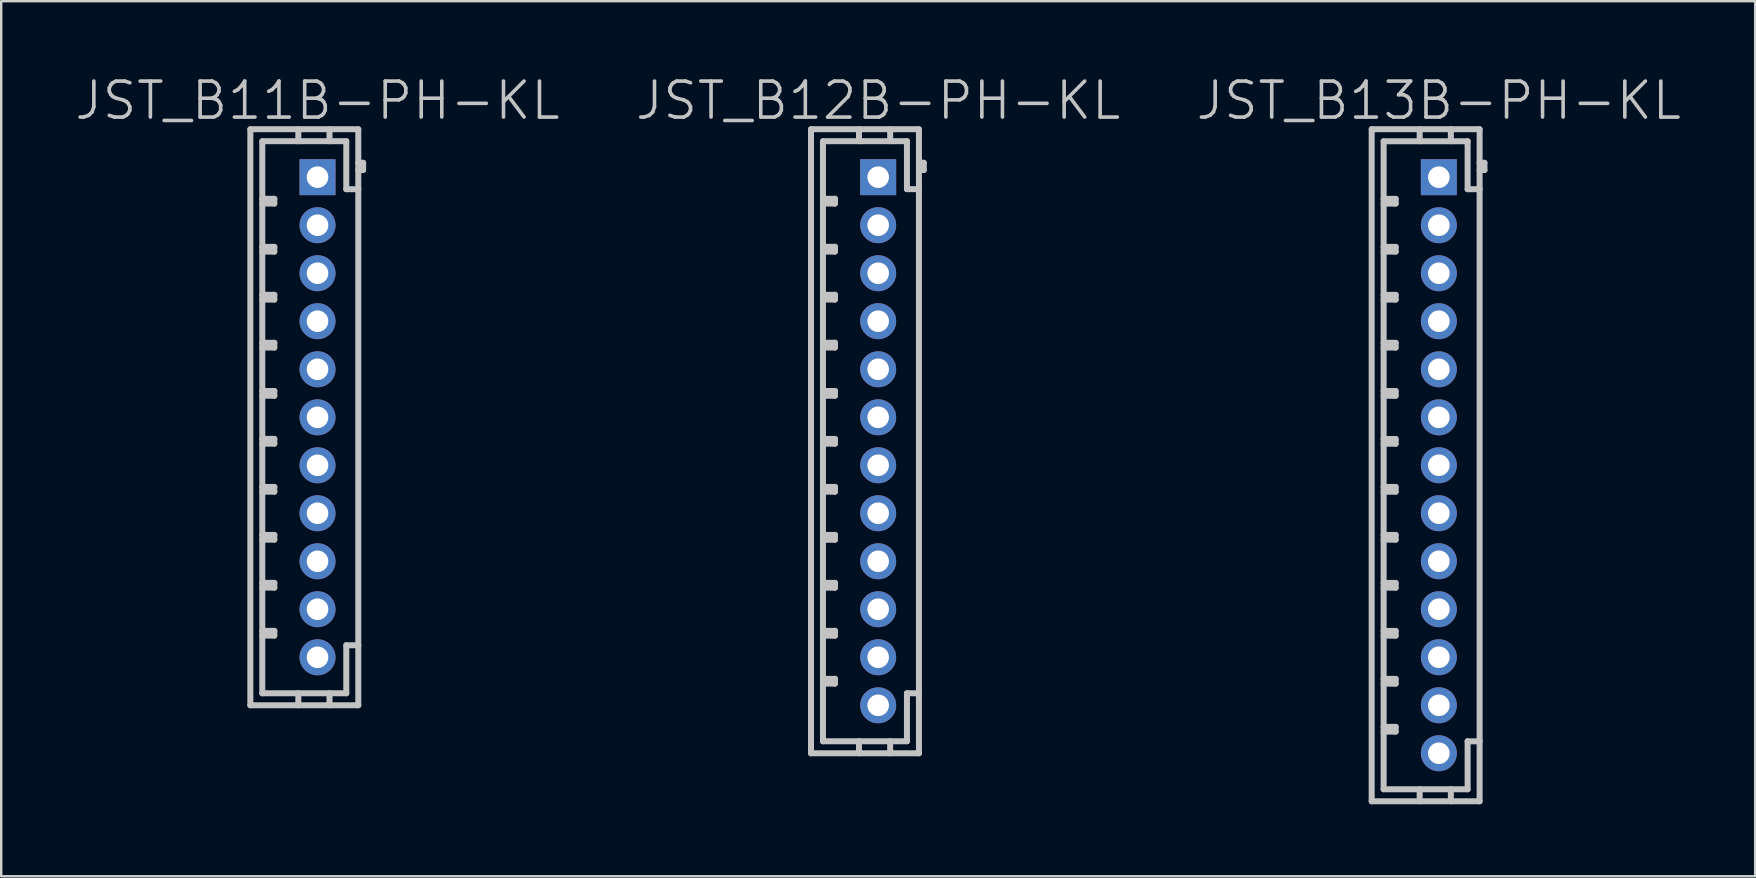
<source format=kicad_pcb>
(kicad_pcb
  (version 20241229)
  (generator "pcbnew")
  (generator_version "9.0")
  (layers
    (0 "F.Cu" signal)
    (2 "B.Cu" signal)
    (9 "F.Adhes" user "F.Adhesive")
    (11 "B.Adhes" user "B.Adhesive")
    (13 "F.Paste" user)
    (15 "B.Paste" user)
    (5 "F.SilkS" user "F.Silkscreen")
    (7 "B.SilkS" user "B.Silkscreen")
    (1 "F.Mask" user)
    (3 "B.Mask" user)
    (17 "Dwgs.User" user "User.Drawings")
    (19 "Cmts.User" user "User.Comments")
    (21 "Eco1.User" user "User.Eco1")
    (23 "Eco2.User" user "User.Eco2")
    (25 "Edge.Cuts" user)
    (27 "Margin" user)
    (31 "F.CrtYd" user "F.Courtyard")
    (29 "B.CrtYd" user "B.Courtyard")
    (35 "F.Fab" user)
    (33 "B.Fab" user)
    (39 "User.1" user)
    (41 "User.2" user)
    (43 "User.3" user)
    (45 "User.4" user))
  (footprint "JST_B11B-PH-KL"
    (layer "F.Cu")
    (at 10.182 14.341)
    (property "Reference" "JST_B11B-PH-KL" (at 0 -13.2 180) (layer "Dwgs.User") (effects (font (size 1.5 1.5) (thickness 0.15))))
    (attr through_hole)
    (fp_line (start -2.799 11.999) (end -2.799 -11.999) (stroke (width 0.25) (type solid)) (layer "Dwgs.User"))
    (fp_line (start -2.301 -11.501) (end -2.301 11.501) (stroke (width 0.25) (type solid)) (layer "Dwgs.User"))
    (fp_line (start -2.301 -9.106) (end -1.801 -9.106) (stroke (width 0.25) (type solid)) (layer "Dwgs.User"))
    (fp_line (start -2.301 -7.104) (end -1.801 -7.104) (stroke (width 0.25) (type solid)) (layer "Dwgs.User"))
    (fp_line (start -2.301 -5.105) (end -1.801 -5.105) (stroke (width 0.25) (type solid)) (layer "Dwgs.User"))
    (fp_line (start -2.301 -3.106) (end -1.801 -3.106) (stroke (width 0.25) (type solid)) (layer "Dwgs.User"))
    (fp_line (start -2.301 -1.097) (end -1.801 -1.097) (stroke (width 0.25) (type solid)) (layer "Dwgs.User"))
    (fp_line (start -2.301 0.899) (end -1.801 0.899) (stroke (width 0.25) (type solid)) (layer "Dwgs.User"))
    (fp_line (start -2.301 2.901) (end -1.801 2.901) (stroke (width 0.25) (type solid)) (layer "Dwgs.User"))
    (fp_line (start -2.301 4.9) (end -1.801 4.9) (stroke (width 0.25) (type solid)) (layer "Dwgs.User"))
    (fp_line (start -2.301 6.899) (end -1.801 6.899) (stroke (width 0.25) (type solid)) (layer "Dwgs.User"))
    (fp_line (start -2.301 8.898) (end -1.801 8.898) (stroke (width 0.25) (type solid)) (layer "Dwgs.User"))
    (fp_line (start -2.301 11.499) (end 1.199 11.499) (stroke (width 0.25) (type solid)) (layer "Dwgs.User"))
    (fp_line (start -1.801 -9.106) (end -1.801 -8.908) (stroke (width 0.25) (type solid)) (layer "Dwgs.User"))
    (fp_line (start -1.801 -8.908) (end -2.301 -8.908) (stroke (width 0.25) (type solid)) (layer "Dwgs.User"))
    (fp_line (start -1.801 -7.104) (end -1.801 -6.906) (stroke (width 0.25) (type solid)) (layer "Dwgs.User"))
    (fp_line (start -1.801 -6.906) (end -2.301 -6.906) (stroke (width 0.25) (type solid)) (layer "Dwgs.User"))
    (fp_line (start -1.801 -5.105) (end -1.801 -4.907) (stroke (width 0.25) (type solid)) (layer "Dwgs.User"))
    (fp_line (start -1.801 -4.907) (end -2.301 -4.907) (stroke (width 0.25) (type solid)) (layer "Dwgs.User"))
    (fp_line (start -1.801 -3.106) (end -1.801 -2.908) (stroke (width 0.25) (type solid)) (layer "Dwgs.User"))
    (fp_line (start -1.801 -2.908) (end -2.301 -2.908) (stroke (width 0.25) (type solid)) (layer "Dwgs.User"))
    (fp_line (start -1.801 -1.097) (end -1.801 -0.899) (stroke (width 0.25) (type solid)) (layer "Dwgs.User"))
    (fp_line (start -1.801 -0.899) (end -2.301 -0.899) (stroke (width 0.25) (type solid)) (layer "Dwgs.User"))
    (fp_line (start -1.801 0.899) (end -1.801 1.097) (stroke (width 0.25) (type solid)) (layer "Dwgs.User"))
    (fp_line (start -1.801 1.097) (end -2.301 1.097) (stroke (width 0.25) (type solid)) (layer "Dwgs.User"))
    (fp_line (start -1.801 2.901) (end -1.801 3.099) (stroke (width 0.25) (type solid)) (layer "Dwgs.User"))
    (fp_line (start -1.801 3.099) (end -2.301 3.099) (stroke (width 0.25) (type solid)) (layer "Dwgs.User"))
    (fp_line (start -1.801 4.9) (end -1.801 5.098) (stroke (width 0.25) (type solid)) (layer "Dwgs.User"))
    (fp_line (start -1.801 5.098) (end -2.301 5.098) (stroke (width 0.25) (type solid)) (layer "Dwgs.User"))
    (fp_line (start -1.801 6.899) (end -1.801 7.097) (stroke (width 0.25) (type solid)) (layer "Dwgs.User"))
    (fp_line (start -1.801 7.097) (end -2.301 7.097) (stroke (width 0.25) (type solid)) (layer "Dwgs.User"))
    (fp_line (start -1.801 8.898) (end -1.801 9.096) (stroke (width 0.25) (type solid)) (layer "Dwgs.User"))
    (fp_line (start -1.801 9.096) (end -2.301 9.096) (stroke (width 0.25) (type solid)) (layer "Dwgs.User"))
    (fp_line (start -0.8 -11.506) (end -0.8 -12.007) (stroke (width 0.25) (type solid)) (layer "Dwgs.User"))
    (fp_line (start -0.8 11.499) (end -0.8 11.999) (stroke (width 0.25) (type solid)) (layer "Dwgs.User"))
    (fp_line (start 0.5 -11.506) (end 0.5 -12.007) (stroke (width 0.25) (type solid)) (layer "Dwgs.User"))
    (fp_line (start 0.5 11.999) (end 0.5 11.499) (stroke (width 0.25) (type solid)) (layer "Dwgs.User"))
    (fp_line (start 1.199 -11.506) (end -2.301 -11.506) (stroke (width 0.25) (type solid)) (layer "Dwgs.User"))
    (fp_line (start 1.199 -9.507) (end 1.199 -11.506) (stroke (width 0.25) (type solid)) (layer "Dwgs.User"))
    (fp_line (start 1.199 9.5) (end 1.699 9.5) (stroke (width 0.25) (type solid)) (layer "Dwgs.User"))
    (fp_line (start 1.199 11.499) (end 1.199 9.5) (stroke (width 0.25) (type solid)) (layer "Dwgs.User"))
    (fp_line (start 1.699 -12.007) (end -2.799 -12.007) (stroke (width 0.25) (type solid)) (layer "Dwgs.User"))
    (fp_line (start 1.699 -10.307) (end 1.9 -10.307) (stroke (width 0.25) (type solid)) (layer "Dwgs.User"))
    (fp_line (start 1.699 -9.507) (end 1.199 -9.507) (stroke (width 0.25) (type solid)) (layer "Dwgs.User"))
    (fp_line (start 1.699 11.999) (end -2.799 11.999) (stroke (width 0.25) (type solid)) (layer "Dwgs.User"))
    (fp_line (start 1.699 11.999) (end 1.699 -11.999) (stroke (width 0.25) (type solid)) (layer "Dwgs.User"))
    (fp_line (start 1.9 -10.607) (end 1.699 -10.607) (stroke (width 0.25) (type solid)) (layer "Dwgs.User"))
    (fp_line (start 1.9 -10.307) (end 1.9 -10.607) (stroke (width 0.25) (type solid)) (layer "Dwgs.User"))
    (pad "1" thru_hole rect (at 0 -10.008 270) (size 1.5 1.5) (drill 0.9) (layers "*.Cu" "*.Mask"))
    (pad "2" thru_hole circle (at 0 -8.006 270) (size 1.5 1.5) (drill 0.9) (layers "*.Cu" "*.Mask"))
    (pad "3" thru_hole circle (at 0 -6.005 270) (size 1.5 1.5) (drill 0.9) (layers "*.Cu" "*.Mask"))
    (pad "4" thru_hole circle (at 0 -4.006 270) (size 1.5 1.5) (drill 0.9) (layers "*.Cu" "*.Mask"))
    (pad "5" thru_hole circle (at 0 -2.002 270) (size 1.5 1.5) (drill 0.9) (layers "*.Cu" "*.Mask"))
    (pad "6" thru_hole circle (at 0 0 270) (size 1.5 1.5) (drill 0.9) (layers "*.Cu" "*.Mask"))
    (pad "7" thru_hole circle (at 0 1.999 270) (size 1.5 1.5) (drill 0.9) (layers "*.Cu" "*.Mask"))
    (pad "8" thru_hole circle (at 0 3.998 270) (size 1.5 1.5) (drill 0.9) (layers "*.Cu" "*.Mask"))
    (pad "9" thru_hole circle (at 0 5.999 270) (size 1.5 1.5) (drill 0.9) (layers "*.Cu" "*.Mask"))
    (pad "10" thru_hole circle (at 0 7.998 270) (size 1.5 1.5) (drill 0.9) (layers "*.Cu" "*.Mask"))
    (pad "11" thru_hole circle (at 0 10 270) (size 1.5 1.5) (drill 0.9) (layers "*.Cu" "*.Mask")))
  (footprint "JST_B12B-PH-KL"
    (layer "F.Cu")
    (at 33.546 15.341)
    (property "Reference" "JST_B12B-PH-KL" (at 0 -14.2 180) (layer "Dwgs.User") (effects (font (size 1.5 1.5) (thickness 0.15))))
    (attr through_hole)
    (fp_line (start -2.799 -13) (end -2.799 13) (stroke (width 0.25) (type solid)) (layer "Dwgs.User"))
    (fp_line (start -2.301 -10.107) (end -1.801 -10.107) (stroke (width 0.25) (type solid)) (layer "Dwgs.User"))
    (fp_line (start -2.301 -8.105) (end -1.801 -8.105) (stroke (width 0.25) (type solid)) (layer "Dwgs.User"))
    (fp_line (start -2.301 -6.106) (end -1.801 -6.106) (stroke (width 0.25) (type solid)) (layer "Dwgs.User"))
    (fp_line (start -2.301 -4.107) (end -1.801 -4.107) (stroke (width 0.25) (type solid)) (layer "Dwgs.User"))
    (fp_line (start -2.301 -2.098) (end -1.801 -2.098) (stroke (width 0.25) (type solid)) (layer "Dwgs.User"))
    (fp_line (start -2.301 -0.099) (end -1.801 -0.099) (stroke (width 0.25) (type solid)) (layer "Dwgs.User"))
    (fp_line (start -2.301 1.9) (end -1.801 1.9) (stroke (width 0.25) (type solid)) (layer "Dwgs.User"))
    (fp_line (start -2.301 3.901) (end -1.801 3.901) (stroke (width 0.25) (type solid)) (layer "Dwgs.User"))
    (fp_line (start -2.301 5.9) (end -1.801 5.9) (stroke (width 0.25) (type solid)) (layer "Dwgs.User"))
    (fp_line (start -2.301 7.899) (end -1.801 7.899) (stroke (width 0.25) (type solid)) (layer "Dwgs.User"))
    (fp_line (start -2.301 9.898) (end -1.801 9.898) (stroke (width 0.25) (type solid)) (layer "Dwgs.User"))
    (fp_line (start -2.301 12.499) (end -2.301 -12.499) (stroke (width 0.25) (type solid)) (layer "Dwgs.User"))
    (fp_line (start -2.301 12.499) (end 1.199 12.499) (stroke (width 0.25) (type solid)) (layer "Dwgs.User"))
    (fp_line (start -1.801 -10.107) (end -1.801 -9.909) (stroke (width 0.25) (type solid)) (layer "Dwgs.User"))
    (fp_line (start -1.801 -9.909) (end -2.301 -9.909) (stroke (width 0.25) (type solid)) (layer "Dwgs.User"))
    (fp_line (start -1.801 -8.105) (end -1.801 -7.907) (stroke (width 0.25) (type solid)) (layer "Dwgs.User"))
    (fp_line (start -1.801 -7.907) (end -2.301 -7.907) (stroke (width 0.25) (type solid)) (layer "Dwgs.User"))
    (fp_line (start -1.801 -6.106) (end -1.801 -5.908) (stroke (width 0.25) (type solid)) (layer "Dwgs.User"))
    (fp_line (start -1.801 -5.908) (end -2.301 -5.908) (stroke (width 0.25) (type solid)) (layer "Dwgs.User"))
    (fp_line (start -1.801 -4.107) (end -1.801 -3.909) (stroke (width 0.25) (type solid)) (layer "Dwgs.User"))
    (fp_line (start -1.801 -3.909) (end -2.301 -3.909) (stroke (width 0.25) (type solid)) (layer "Dwgs.User"))
    (fp_line (start -1.801 -2.098) (end -1.801 -1.9) (stroke (width 0.25) (type solid)) (layer "Dwgs.User"))
    (fp_line (start -1.801 -1.9) (end -2.301 -1.9) (stroke (width 0.25) (type solid)) (layer "Dwgs.User"))
    (fp_line (start -1.801 -0.099) (end -1.801 0.099) (stroke (width 0.25) (type solid)) (layer "Dwgs.User"))
    (fp_line (start -1.801 0.099) (end -2.301 0.099) (stroke (width 0.25) (type solid)) (layer "Dwgs.User"))
    (fp_line (start -1.801 1.9) (end -1.801 2.098) (stroke (width 0.25) (type solid)) (layer "Dwgs.User"))
    (fp_line (start -1.801 2.098) (end -2.301 2.098) (stroke (width 0.25) (type solid)) (layer "Dwgs.User"))
    (fp_line (start -1.801 3.901) (end -1.801 4.1) (stroke (width 0.25) (type solid)) (layer "Dwgs.User"))
    (fp_line (start -1.801 4.1) (end -2.301 4.1) (stroke (width 0.25) (type solid)) (layer "Dwgs.User"))
    (fp_line (start -1.801 5.9) (end -1.801 6.099) (stroke (width 0.25) (type solid)) (layer "Dwgs.User"))
    (fp_line (start -1.801 6.099) (end -2.301 6.099) (stroke (width 0.25) (type solid)) (layer "Dwgs.User"))
    (fp_line (start -1.801 7.899) (end -1.801 8.098) (stroke (width 0.25) (type solid)) (layer "Dwgs.User"))
    (fp_line (start -1.801 8.098) (end -2.301 8.098) (stroke (width 0.25) (type solid)) (layer "Dwgs.User"))
    (fp_line (start -1.801 9.898) (end -1.801 10.097) (stroke (width 0.25) (type solid)) (layer "Dwgs.User"))
    (fp_line (start -1.801 10.097) (end -2.301 10.097) (stroke (width 0.25) (type solid)) (layer "Dwgs.User"))
    (fp_line (start -0.8 -12.507) (end -0.8 -13.007) (stroke (width 0.25) (type solid)) (layer "Dwgs.User"))
    (fp_line (start -0.8 12.499) (end -0.8 13) (stroke (width 0.25) (type solid)) (layer "Dwgs.User"))
    (fp_line (start 0.5 -12.507) (end 0.5 -13.007) (stroke (width 0.25) (type solid)) (layer "Dwgs.User"))
    (fp_line (start 0.5 13) (end 0.5 12.499) (stroke (width 0.25) (type solid)) (layer "Dwgs.User"))
    (fp_line (start 1.199 -12.507) (end -2.301 -12.507) (stroke (width 0.25) (type solid)) (layer "Dwgs.User"))
    (fp_line (start 1.199 -10.508) (end 1.199 -12.507) (stroke (width 0.25) (type solid)) (layer "Dwgs.User"))
    (fp_line (start 1.199 10.5) (end 1.699 10.5) (stroke (width 0.25) (type solid)) (layer "Dwgs.User"))
    (fp_line (start 1.199 12.499) (end 1.199 10.5) (stroke (width 0.25) (type solid)) (layer "Dwgs.User"))
    (fp_line (start 1.699 -13.007) (end -2.799 -13.007) (stroke (width 0.25) (type solid)) (layer "Dwgs.User"))
    (fp_line (start 1.699 -13) (end 1.699 13) (stroke (width 0.25) (type solid)) (layer "Dwgs.User"))
    (fp_line (start 1.699 -11.308) (end 1.9 -11.308) (stroke (width 0.25) (type solid)) (layer "Dwgs.User"))
    (fp_line (start 1.699 -10.508) (end 1.199 -10.508) (stroke (width 0.25) (type solid)) (layer "Dwgs.User"))
    (fp_line (start 1.699 13) (end -2.799 13) (stroke (width 0.25) (type solid)) (layer "Dwgs.User"))
    (fp_line (start 1.9 -11.608) (end 1.699 -11.608) (stroke (width 0.25) (type solid)) (layer "Dwgs.User"))
    (fp_line (start 1.9 -11.308) (end 1.9 -11.608) (stroke (width 0.25) (type solid)) (layer "Dwgs.User"))
    (pad "1" thru_hole rect (at 0 -11.008) (size 1.5 1.5) (drill 0.9) (layers "*.Cu" "*.Mask"))
    (pad "2" thru_hole circle (at 0 -9.007 270) (size 1.5 1.5) (drill 0.9) (layers "*.Cu" "*.Mask"))
    (pad "3" thru_hole circle (at 0 -7.005 270) (size 1.5 1.5) (drill 0.9) (layers "*.Cu" "*.Mask"))
    (pad "4" thru_hole circle (at 0 -5.006 270) (size 1.5 1.5) (drill 0.9) (layers "*.Cu" "*.Mask"))
    (pad "5" thru_hole circle (at 0 -3.002 270) (size 1.5 1.5) (drill 0.9) (layers "*.Cu" "*.Mask"))
    (pad "6" thru_hole circle (at 0 -1.001 270) (size 1.5 1.5) (drill 0.9) (layers "*.Cu" "*.Mask"))
    (pad "7" thru_hole circle (at 0 0.998 270) (size 1.5 1.5) (drill 0.9) (layers "*.Cu" "*.Mask"))
    (pad "8" thru_hole circle (at 0 2.997 270) (size 1.5 1.5) (drill 0.9) (layers "*.Cu" "*.Mask"))
    (pad "9" thru_hole circle (at 0 4.999 270) (size 1.5 1.5) (drill 0.9) (layers "*.Cu" "*.Mask"))
    (pad "10" thru_hole circle (at 0 6.998 270) (size 1.5 1.5) (drill 0.9) (layers "*.Cu" "*.Mask"))
    (pad "11" thru_hole circle (at 0 8.999 270) (size 1.5 1.5) (drill 0.9) (layers "*.Cu" "*.Mask"))
    (pad "12" thru_hole circle (at 0 11.001 270) (size 1.5 1.5) (drill 0.9) (layers "*.Cu" "*.Mask")))
  (footprint "JST_B13B-PH-KL"
    (layer "F.Cu")
    (at 56.911 16.341)
    (property "Reference" "JST_B13B-PH-KL" (at 0 -15.2 180) (layer "Dwgs.User") (effects (font (size 1.5 1.5) (thickness 0.15))))
    (attr through_hole)
    (fp_line (start -2.799 14) (end -2.799 -14) (stroke (width 0.25) (type solid)) (layer "Dwgs.User"))
    (fp_line (start -2.301 -13.5) (end -2.301 13.5) (stroke (width 0.25) (type solid)) (layer "Dwgs.User"))
    (fp_line (start -2.301 -11.105) (end -1.801 -11.105) (stroke (width 0.25) (type solid)) (layer "Dwgs.User"))
    (fp_line (start -2.301 -9.103) (end -1.801 -9.103) (stroke (width 0.25) (type solid)) (layer "Dwgs.User"))
    (fp_line (start -2.301 -7.104) (end -1.801 -7.104) (stroke (width 0.25) (type solid)) (layer "Dwgs.User"))
    (fp_line (start -2.301 -5.105) (end -1.801 -5.105) (stroke (width 0.25) (type solid)) (layer "Dwgs.User"))
    (fp_line (start -2.301 -3.096) (end -1.801 -3.096) (stroke (width 0.25) (type solid)) (layer "Dwgs.User"))
    (fp_line (start -2.301 -1.097) (end -1.801 -1.097) (stroke (width 0.25) (type solid)) (layer "Dwgs.User"))
    (fp_line (start -2.301 0.902) (end -1.801 0.902) (stroke (width 0.25) (type solid)) (layer "Dwgs.User"))
    (fp_line (start -2.301 2.901) (end -1.801 2.901) (stroke (width 0.25) (type solid)) (layer "Dwgs.User"))
    (fp_line (start -2.301 4.902) (end -1.801 4.902) (stroke (width 0.25) (type solid)) (layer "Dwgs.User"))
    (fp_line (start -2.301 6.901) (end -1.801 6.901) (stroke (width 0.25) (type solid)) (layer "Dwgs.User"))
    (fp_line (start -2.301 8.9) (end -1.801 8.9) (stroke (width 0.25) (type solid)) (layer "Dwgs.User"))
    (fp_line (start -2.301 10.899) (end -1.801 10.899) (stroke (width 0.25) (type solid)) (layer "Dwgs.User"))
    (fp_line (start -2.301 13.5) (end 1.199 13.5) (stroke (width 0.25) (type solid)) (layer "Dwgs.User"))
    (fp_line (start -1.801 -11.105) (end -1.801 -10.907) (stroke (width 0.25) (type solid)) (layer "Dwgs.User"))
    (fp_line (start -1.801 -10.907) (end -2.301 -10.907) (stroke (width 0.25) (type solid)) (layer "Dwgs.User"))
    (fp_line (start -1.801 -9.103) (end -1.801 -8.905) (stroke (width 0.25) (type solid)) (layer "Dwgs.User"))
    (fp_line (start -1.801 -8.905) (end -2.301 -8.905) (stroke (width 0.25) (type solid)) (layer "Dwgs.User"))
    (fp_line (start -1.801 -7.104) (end -1.801 -6.906) (stroke (width 0.25) (type solid)) (layer "Dwgs.User"))
    (fp_line (start -1.801 -6.906) (end -2.301 -6.906) (stroke (width 0.25) (type solid)) (layer "Dwgs.User"))
    (fp_line (start -1.801 -5.105) (end -1.801 -4.907) (stroke (width 0.25) (type solid)) (layer "Dwgs.User"))
    (fp_line (start -1.801 -4.907) (end -2.301 -4.907) (stroke (width 0.25) (type solid)) (layer "Dwgs.User"))
    (fp_line (start -1.801 -3.096) (end -1.801 -2.898) (stroke (width 0.25) (type solid)) (layer "Dwgs.User"))
    (fp_line (start -1.801 -2.898) (end -2.301 -2.898) (stroke (width 0.25) (type solid)) (layer "Dwgs.User"))
    (fp_line (start -1.801 -1.097) (end -1.801 -0.899) (stroke (width 0.25) (type solid)) (layer "Dwgs.User"))
    (fp_line (start -1.801 -0.899) (end -2.301 -0.899) (stroke (width 0.25) (type solid)) (layer "Dwgs.User"))
    (fp_line (start -1.801 0.902) (end -1.801 1.1) (stroke (width 0.25) (type solid)) (layer "Dwgs.User"))
    (fp_line (start -1.801 1.1) (end -2.301 1.1) (stroke (width 0.25) (type solid)) (layer "Dwgs.User"))
    (fp_line (start -1.801 2.901) (end -1.801 3.099) (stroke (width 0.25) (type solid)) (layer "Dwgs.User"))
    (fp_line (start -1.801 3.099) (end -2.301 3.099) (stroke (width 0.25) (type solid)) (layer "Dwgs.User"))
    (fp_line (start -1.801 4.902) (end -1.801 5.1) (stroke (width 0.25) (type solid)) (layer "Dwgs.User"))
    (fp_line (start -1.801 5.1) (end -2.301 5.1) (stroke (width 0.25) (type solid)) (layer "Dwgs.User"))
    (fp_line (start -1.801 6.901) (end -1.801 7.099) (stroke (width 0.25) (type solid)) (layer "Dwgs.User"))
    (fp_line (start -1.801 7.099) (end -2.301 7.099) (stroke (width 0.25) (type solid)) (layer "Dwgs.User"))
    (fp_line (start -1.801 8.9) (end -1.801 9.098) (stroke (width 0.25) (type solid)) (layer "Dwgs.User"))
    (fp_line (start -1.801 9.098) (end -2.301 9.098) (stroke (width 0.25) (type solid)) (layer "Dwgs.User"))
    (fp_line (start -1.801 10.899) (end -1.801 11.097) (stroke (width 0.25) (type solid)) (layer "Dwgs.User"))
    (fp_line (start -1.801 11.097) (end -2.301 11.097) (stroke (width 0.25) (type solid)) (layer "Dwgs.User"))
    (fp_line (start -0.8 -13.505) (end -0.8 -14.006) (stroke (width 0.25) (type solid)) (layer "Dwgs.User"))
    (fp_line (start -0.8 13.5) (end -0.8 14) (stroke (width 0.25) (type solid)) (layer "Dwgs.User"))
    (fp_line (start 0.5 -13.505) (end 0.5 -14.006) (stroke (width 0.25) (type solid)) (layer "Dwgs.User"))
    (fp_line (start 0.5 14) (end 0.5 13.5) (stroke (width 0.25) (type solid)) (layer "Dwgs.User"))
    (fp_line (start 1.199 -13.505) (end -2.301 -13.505) (stroke (width 0.25) (type solid)) (layer "Dwgs.User"))
    (fp_line (start 1.199 -11.506) (end 1.199 -13.505) (stroke (width 0.25) (type solid)) (layer "Dwgs.User"))
    (fp_line (start 1.199 11.501) (end 1.699 11.501) (stroke (width 0.25) (type solid)) (layer "Dwgs.User"))
    (fp_line (start 1.199 13.5) (end 1.199 11.501) (stroke (width 0.25) (type solid)) (layer "Dwgs.User"))
    (fp_line (start 1.699 -14.006) (end -2.799 -14.006) (stroke (width 0.25) (type solid)) (layer "Dwgs.User"))
    (fp_line (start 1.699 -12.306) (end 1.9 -12.306) (stroke (width 0.25) (type solid)) (layer "Dwgs.User"))
    (fp_line (start 1.699 -11.506) (end 1.199 -11.506) (stroke (width 0.25) (type solid)) (layer "Dwgs.User"))
    (fp_line (start 1.699 14) (end -2.799 14) (stroke (width 0.25) (type solid)) (layer "Dwgs.User"))
    (fp_line (start 1.699 14) (end 1.699 -14) (stroke (width 0.25) (type solid)) (layer "Dwgs.User"))
    (fp_line (start 1.9 -12.606) (end 1.699 -12.606) (stroke (width 0.25) (type solid)) (layer "Dwgs.User"))
    (fp_line (start 1.9 -12.306) (end 1.9 -12.606) (stroke (width 0.25) (type solid)) (layer "Dwgs.User"))
    (pad "1" thru_hole rect (at 0 -12.007) (size 1.5 1.5) (drill 0.9) (layers "*.Cu" "*.Mask"))
    (pad "2" thru_hole circle (at 0 -10.005 270) (size 1.5 1.5) (drill 0.9) (layers "*.Cu" "*.Mask"))
    (pad "3" thru_hole circle (at 0 -8.004 270) (size 1.5 1.5) (drill 0.9) (layers "*.Cu" "*.Mask"))
    (pad "4" thru_hole circle (at 0 -6.005 270) (size 1.5 1.5) (drill 0.9) (layers "*.Cu" "*.Mask"))
    (pad "5" thru_hole circle (at 0 -4 270) (size 1.5 1.5) (drill 0.9) (layers "*.Cu" "*.Mask"))
    (pad "6" thru_hole circle (at 0 -1.999 270) (size 1.5 1.5) (drill 0.9) (layers "*.Cu" "*.Mask"))
    (pad "7" thru_hole circle (at 0 -0.003 270) (size 1.5 1.5) (drill 0.9) (layers "*.Cu" "*.Mask"))
    (pad "8" thru_hole circle (at 0 1.996 270) (size 1.5 1.5) (drill 0.9) (layers "*.Cu" "*.Mask"))
    (pad "9" thru_hole circle (at 0 3.998 270) (size 1.5 1.5) (drill 0.9) (layers "*.Cu" "*.Mask"))
    (pad "10" thru_hole circle (at 0 5.997 270) (size 1.5 1.5) (drill 0.9) (layers "*.Cu" "*.Mask"))
    (pad "11" thru_hole circle (at 0 7.998 270) (size 1.5 1.5) (drill 0.9) (layers "*.Cu" "*.Mask"))
    (pad "12" thru_hole circle (at 0 10 270) (size 1.5 1.5) (drill 0.9) (layers "*.Cu" "*.Mask"))
    (pad "13" thru_hole circle (at 0 11.999 270) (size 1.5 1.5) (drill 0.9) (layers "*.Cu" "*.Mask")))
  (gr_rect
    (start -3 -3)
    (end 70.093 33.466)
    (stroke (width 0.1) (type default))
    (fill no)
    (layer "Edge.Cuts")))
</source>
